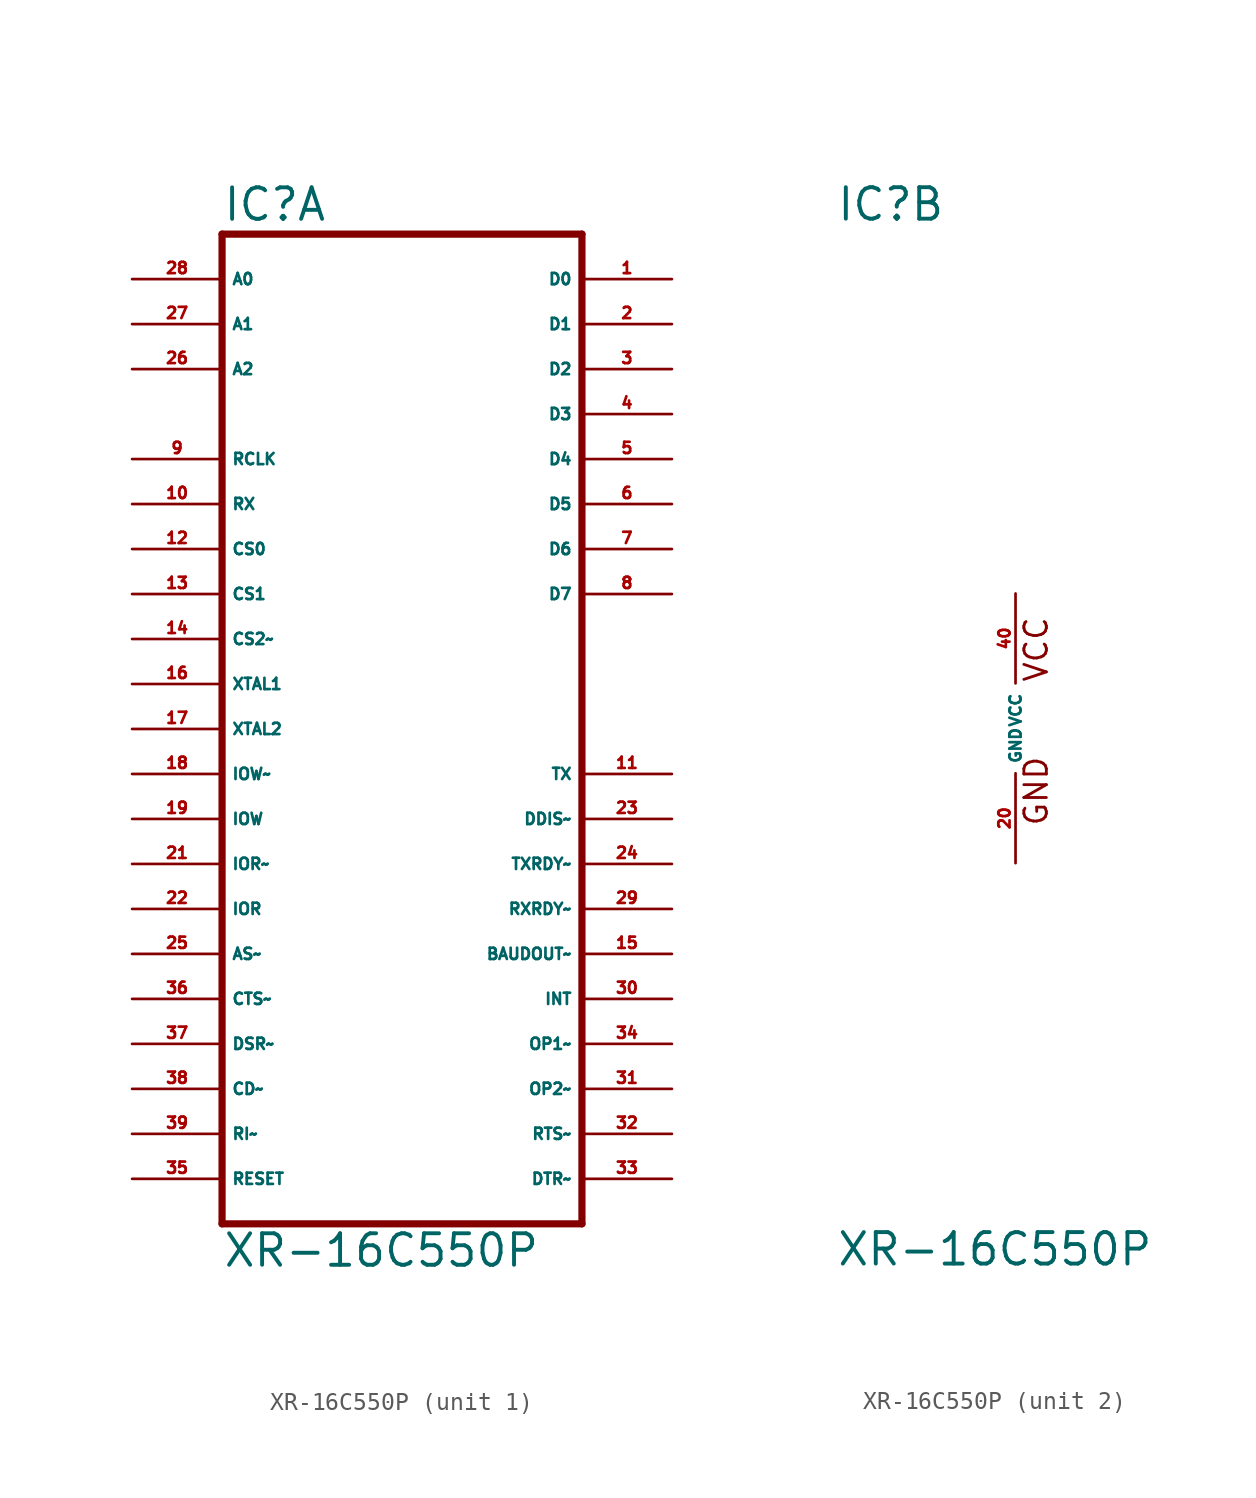
<source format=kicad_sym>
(kicad_symbol_lib
  (version 20220914)
  (generator Eagle2Kicad)
  (symbol "XR-16C550P"
    (property "Reference" "IC"
      (at -10.16 28.575 0)
      (effects (font (size 1.778 1.778) (thickness 0.22)) (justify left bottom)))
    (property "Value" "XR-16C550P"
      (at -10.16 -30.48 0)
      (effects (font (size 1.778 1.778) (thickness 0.22)) (justify left bottom)))
    (symbol "XR-16C550P_1_0"
      (polyline (pts (xy -10.16 -27.94) (xy 10.16 -27.94)) (stroke (width 0.406) (type default)) (fill (type none)))
      (polyline (pts (xy 10.16 -27.94) (xy 10.16 27.94)) (stroke (width 0.406) (type default)) (fill (type none)))
      (polyline (pts (xy 10.16 27.94) (xy -10.16 27.94)) (stroke (width 0.406) (type default)) (fill (type none)))
      (polyline (pts (xy -10.16 27.94) (xy -10.16 -27.94)) (stroke (width 0.406) (type default)) (fill (type none)))
      (pin bidirectional line (at 15.24 25.4 180) (length 5.08) (name "D0" (effects (font (size 0.635 0.635) (thickness 0.08)) (justify left bottom))) (number "1" (effects (font (size 0.635 0.635) (thickness 0.08)) (justify left bottom))))
      (pin bidirectional line (at 15.24 22.86 180) (length 5.08) (name "D1" (effects (font (size 0.635 0.635) (thickness 0.08)) (justify left bottom))) (number "2" (effects (font (size 0.635 0.635) (thickness 0.08)) (justify left bottom))))
      (pin bidirectional line (at 15.24 20.32 180) (length 5.08) (name "D2" (effects (font (size 0.635 0.635) (thickness 0.08)) (justify left bottom))) (number "3" (effects (font (size 0.635 0.635) (thickness 0.08)) (justify left bottom))))
      (pin bidirectional line (at 15.24 17.78 180) (length 5.08) (name "D3" (effects (font (size 0.635 0.635) (thickness 0.08)) (justify left bottom))) (number "4" (effects (font (size 0.635 0.635) (thickness 0.08)) (justify left bottom))))
      (pin bidirectional line (at 15.24 15.24 180) (length 5.08) (name "D4" (effects (font (size 0.635 0.635) (thickness 0.08)) (justify left bottom))) (number "5" (effects (font (size 0.635 0.635) (thickness 0.08)) (justify left bottom))))
      (pin bidirectional line (at 15.24 12.7 180) (length 5.08) (name "D5" (effects (font (size 0.635 0.635) (thickness 0.08)) (justify left bottom))) (number "6" (effects (font (size 0.635 0.635) (thickness 0.08)) (justify left bottom))))
      (pin bidirectional line (at 15.24 10.16 180) (length 5.08) (name "D6" (effects (font (size 0.635 0.635) (thickness 0.08)) (justify left bottom))) (number "7" (effects (font (size 0.635 0.635) (thickness 0.08)) (justify left bottom))))
      (pin bidirectional line (at 15.24 7.62 180) (length 5.08) (name "D7" (effects (font (size 0.635 0.635) (thickness 0.08)) (justify left bottom))) (number "8" (effects (font (size 0.635 0.635) (thickness 0.08)) (justify left bottom))))
      (pin input line (at -15.24 25.4 0) (length 5.08) (name "A0" (effects (font (size 0.635 0.635) (thickness 0.08)) (justify left bottom))) (number "28" (effects (font (size 0.635 0.635) (thickness 0.08)) (justify left bottom))))
      (pin input line (at -15.24 22.86 0) (length 5.08) (name "A1" (effects (font (size 0.635 0.635) (thickness 0.08)) (justify left bottom))) (number "27" (effects (font (size 0.635 0.635) (thickness 0.08)) (justify left bottom))))
      (pin input line (at -15.24 20.32 0) (length 5.08) (name "A2" (effects (font (size 0.635 0.635) (thickness 0.08)) (justify left bottom))) (number "26" (effects (font (size 0.635 0.635) (thickness 0.08)) (justify left bottom))))
      (pin input line (at -15.24 15.24 0) (length 5.08) (name "RCLK" (effects (font (size 0.635 0.635) (thickness 0.08)) (justify left bottom))) (number "9" (effects (font (size 0.635 0.635) (thickness 0.08)) (justify left bottom))))
      (pin input line (at -15.24 12.7 0) (length 5.08) (name "RX" (effects (font (size 0.635 0.635) (thickness 0.08)) (justify left bottom))) (number "10" (effects (font (size 0.635 0.635) (thickness 0.08)) (justify left bottom))))
      (pin input line (at -15.24 10.16 0) (length 5.08) (name "CS0" (effects (font (size 0.635 0.635) (thickness 0.08)) (justify left bottom))) (number "12" (effects (font (size 0.635 0.635) (thickness 0.08)) (justify left bottom))))
      (pin input line (at -15.24 7.62 0) (length 5.08) (name "CS1" (effects (font (size 0.635 0.635) (thickness 0.08)) (justify left bottom))) (number "13" (effects (font (size 0.635 0.635) (thickness 0.08)) (justify left bottom))))
      (pin input line (at -15.24 5.08 0) (length 5.08) (name "CS2~" (effects (font (size 0.635 0.635) (thickness 0.08)) (justify left bottom))) (number "14" (effects (font (size 0.635 0.635) (thickness 0.08)) (justify left bottom))))
      (pin input line (at -15.24 2.54 0) (length 5.08) (name "XTAL1" (effects (font (size 0.635 0.635) (thickness 0.08)) (justify left bottom))) (number "16" (effects (font (size 0.635 0.635) (thickness 0.08)) (justify left bottom))))
      (pin input line (at -15.24 0 0) (length 5.08) (name "XTAL2" (effects (font (size 0.635 0.635) (thickness 0.08)) (justify left bottom))) (number "17" (effects (font (size 0.635 0.635) (thickness 0.08)) (justify left bottom))))
      (pin input line (at -15.24 -2.54 0) (length 5.08) (name "IOW~" (effects (font (size 0.635 0.635) (thickness 0.08)) (justify left bottom))) (number "18" (effects (font (size 0.635 0.635) (thickness 0.08)) (justify left bottom))))
      (pin input line (at -15.24 -5.08 0) (length 5.08) (name "IOW" (effects (font (size 0.635 0.635) (thickness 0.08)) (justify left bottom))) (number "19" (effects (font (size 0.635 0.635) (thickness 0.08)) (justify left bottom))))
      (pin input line (at -15.24 -7.62 0) (length 5.08) (name "IOR~" (effects (font (size 0.635 0.635) (thickness 0.08)) (justify left bottom))) (number "21" (effects (font (size 0.635 0.635) (thickness 0.08)) (justify left bottom))))
      (pin input line (at -15.24 -10.16 0) (length 5.08) (name "IOR" (effects (font (size 0.635 0.635) (thickness 0.08)) (justify left bottom))) (number "22" (effects (font (size 0.635 0.635) (thickness 0.08)) (justify left bottom))))
      (pin input line (at -15.24 -12.7 0) (length 5.08) (name "AS~" (effects (font (size 0.635 0.635) (thickness 0.08)) (justify left bottom))) (number "25" (effects (font (size 0.635 0.635) (thickness 0.08)) (justify left bottom))))
      (pin input line (at -15.24 -15.24 0) (length 5.08) (name "CTS~" (effects (font (size 0.635 0.635) (thickness 0.08)) (justify left bottom))) (number "36" (effects (font (size 0.635 0.635) (thickness 0.08)) (justify left bottom))))
      (pin input line (at -15.24 -17.78 0) (length 5.08) (name "DSR~" (effects (font (size 0.635 0.635) (thickness 0.08)) (justify left bottom))) (number "37" (effects (font (size 0.635 0.635) (thickness 0.08)) (justify left bottom))))
      (pin input line (at -15.24 -20.32 0) (length 5.08) (name "CD~" (effects (font (size 0.635 0.635) (thickness 0.08)) (justify left bottom))) (number "38" (effects (font (size 0.635 0.635) (thickness 0.08)) (justify left bottom))))
      (pin input line (at -15.24 -22.86 0) (length 5.08) (name "RI~" (effects (font (size 0.635 0.635) (thickness 0.08)) (justify left bottom))) (number "39" (effects (font (size 0.635 0.635) (thickness 0.08)) (justify left bottom))))
      (pin input line (at -15.24 -25.4 0) (length 5.08) (name "RESET" (effects (font (size 0.635 0.635) (thickness 0.08)) (justify left bottom))) (number "35" (effects (font (size 0.635 0.635) (thickness 0.08)) (justify left bottom))))
      (pin output line (at 15.24 -2.54 180) (length 5.08) (name "TX" (effects (font (size 0.635 0.635) (thickness 0.08)) (justify left bottom))) (number "11" (effects (font (size 0.635 0.635) (thickness 0.08)) (justify left bottom))))
      (pin output line (at 15.24 -12.7 180) (length 5.08) (name "BAUDOUT~" (effects (font (size 0.635 0.635) (thickness 0.08)) (justify left bottom))) (number "15" (effects (font (size 0.635 0.635) (thickness 0.08)) (justify left bottom))))
      (pin output line (at 15.24 -5.08 180) (length 5.08) (name "DDIS~" (effects (font (size 0.635 0.635) (thickness 0.08)) (justify left bottom))) (number "23" (effects (font (size 0.635 0.635) (thickness 0.08)) (justify left bottom))))
      (pin output line (at 15.24 -7.62 180) (length 5.08) (name "TXRDY~" (effects (font (size 0.635 0.635) (thickness 0.08)) (justify left bottom))) (number "24" (effects (font (size 0.635 0.635) (thickness 0.08)) (justify left bottom))))
      (pin output line (at 15.24 -10.16 180) (length 5.08) (name "RXRDY~" (effects (font (size 0.635 0.635) (thickness 0.08)) (justify left bottom))) (number "29" (effects (font (size 0.635 0.635) (thickness 0.08)) (justify left bottom))))
      (pin output line (at 15.24 -15.24 180) (length 5.08) (name "INT" (effects (font (size 0.635 0.635) (thickness 0.08)) (justify left bottom))) (number "30" (effects (font (size 0.635 0.635) (thickness 0.08)) (justify left bottom))))
      (pin output line (at 15.24 -17.78 180) (length 5.08) (name "OP1~" (effects (font (size 0.635 0.635) (thickness 0.08)) (justify left bottom))) (number "34" (effects (font (size 0.635 0.635) (thickness 0.08)) (justify left bottom))))
      (pin output line (at 15.24 -20.32 180) (length 5.08) (name "OP2~" (effects (font (size 0.635 0.635) (thickness 0.08)) (justify left bottom))) (number "31" (effects (font (size 0.635 0.635) (thickness 0.08)) (justify left bottom))))
      (pin output line (at 15.24 -22.86 180) (length 5.08) (name "RTS~" (effects (font (size 0.635 0.635) (thickness 0.08)) (justify left bottom))) (number "32" (effects (font (size 0.635 0.635) (thickness 0.08)) (justify left bottom))))
      (pin output line (at 15.24 -25.4 180) (length 5.08) (name "DTR~" (effects (font (size 0.635 0.635) (thickness 0.08)) (justify left bottom))) (number "33" (effects (font (size 0.635 0.635) (thickness 0.08)) (justify left bottom)))))
    (symbol "XR-16C550P_2_0"
      (text "GND" (at 1.905 -5.588 900) (effects (font (size 1.27 1.27) (thickness 0.16)) (justify left bottom)))
      (text "VCC" (at 1.905 2.54 900) (effects (font (size 1.27 1.27) (thickness 0.16)) (justify left bottom)))
      (pin unspecified line (at 0 7.62 270) (length 5.08) (name "VCC" (effects (font (size 0.635 0.635) (thickness 0.08)) (justify left bottom))) (number "40" (effects (font (size 0.635 0.635) (thickness 0.08)) (justify left bottom))))
      (pin unspecified line (at 0 -7.62 90) (length 5.08) (name "GND" (effects (font (size 0.635 0.635) (thickness 0.08)) (justify left bottom))) (number "20" (effects (font (size 0.635 0.635) (thickness 0.08)) (justify left bottom)))))))
</source>
